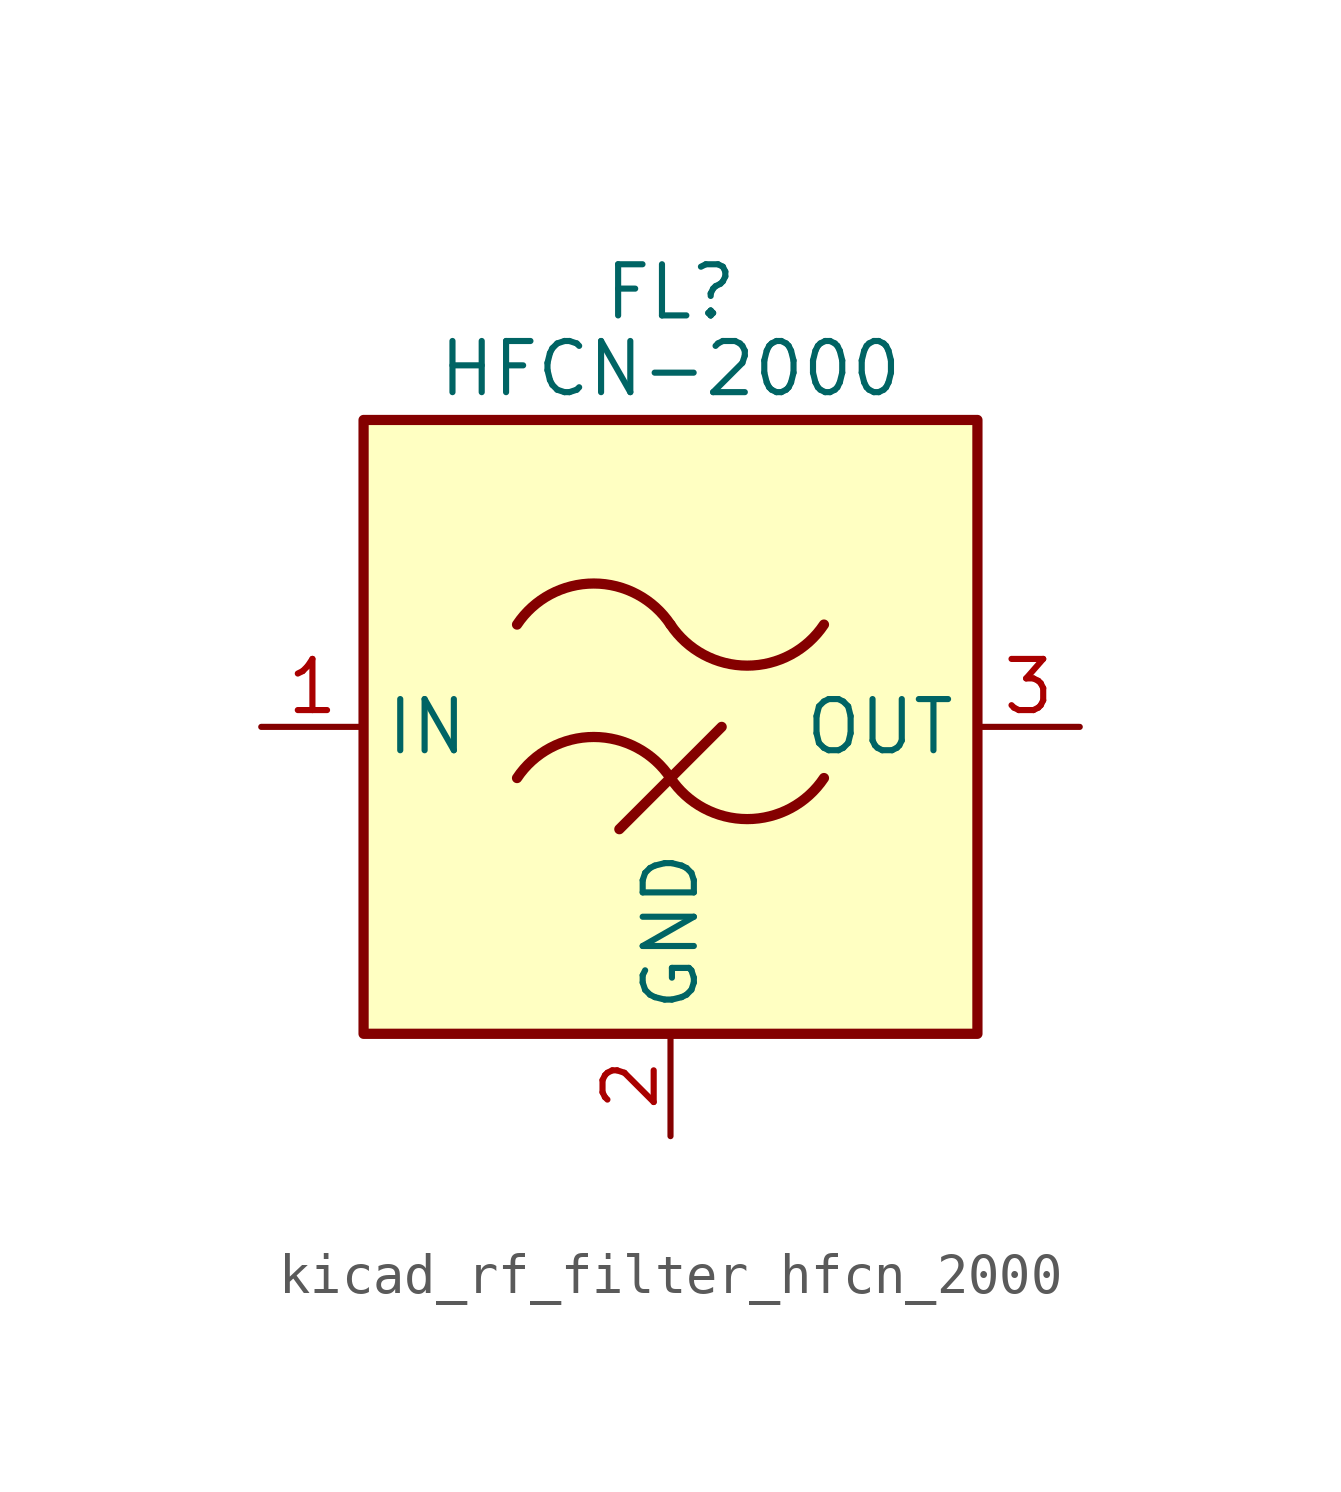
<source format=kicad_sym>
(kicad_symbol_lib
  (version 20220914)
  (generator kicad_symbol_editor)
  (symbol "kicad_rf_filter_hfcn_2000"
    (property "Reference" "FL"
      (at 0 10.795 0)
      (effects (font (size 1.27 1.27))))
    (property "Value" "HFCN-2000"
      (at 0 8.89 0)
      (effects (font (size 1.27 1.27))))
    (symbol "kicad_rf_filter_hfcn_2000_0_1"
      (rectangle (start -7.62 7.62) (end 7.62 -7.62) (stroke (width 0.254) (type default)) (fill (type background)))
      (arc (start 0 -1.27) (mid -1.905 -0.2505) (end -3.81 -1.27) (stroke (width 0.254) (type default)) (fill (type none)))
      (arc (start 0 -1.27) (mid 1.905 -2.2895) (end 3.81 -1.27) (stroke (width 0.254) (type default)) (fill (type none)))
      (polyline (pts (xy -1.27 -2.54) (xy 1.27 0)) (stroke (width 0.254) (type default)) (fill (type none)))
      (arc (start 0 2.54) (mid -1.905 3.5595) (end -3.81 2.54) (stroke (width 0.254) (type default)) (fill (type none)))
      (arc (start 0 2.54) (mid 1.905 1.5205) (end 3.81 2.54) (stroke (width 0.254) (type default)) (fill (type none))))
    (symbol "kicad_rf_filter_hfcn_2000_1_1"
      (pin passive line (at -10.16 0 0) (length 2.54) (name "IN" (effects (font (size 1.27 1.27)))) (number "1" (effects (font (size 1.27 1.27)))))
      (pin passive line (at 0 -10.16 90) (length 2.54) (name "GND" (effects (font (size 1.27 1.27)))) (number "2" (effects (font (size 1.27 1.27)))))
      (pin passive line (at 10.16 0 180) (length 2.54) (name "OUT" (effects (font (size 1.27 1.27)))) (number "3" (effects (font (size 1.27 1.27)))))
      (pin passive line (at 0 -10.16 90) (length 2.54) hide (name "GND" (effects (font (size 1.27 1.27)))) (number "4" (effects (font (size 1.27 1.27))))))))
</source>
